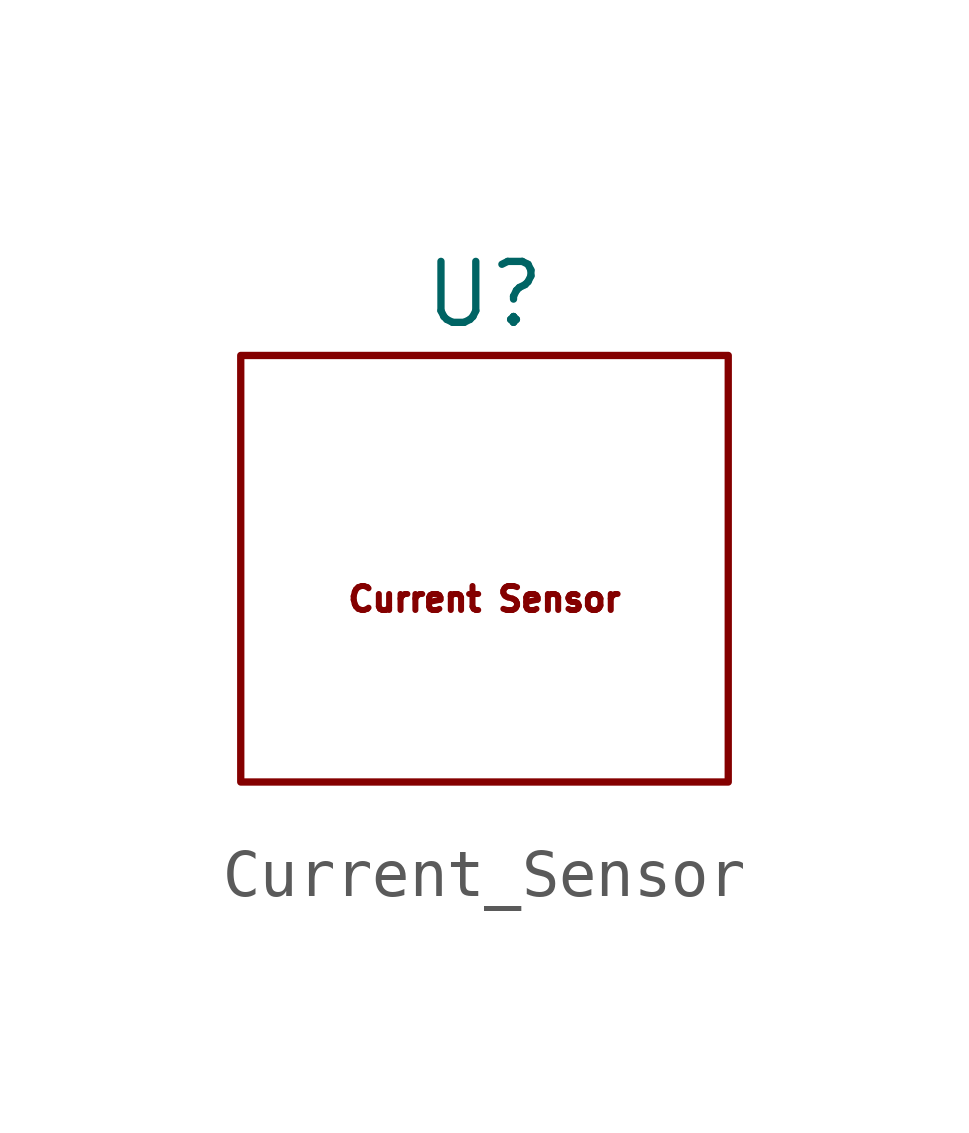
<source format=kicad_sym>
(kicad_symbol_lib
  (version 20220914)
  (generator kicad_symbol_editor)
  (symbol "Current_Sensor"
    (property "Reference" "U"
      (at 0 5.08 0)
      (effects (font (size 1.27 1.27))))
    (property "Value" ""
      (at 0 0 0)
      (effects (font (size 1.27 1.27))))
    (symbol "Current_Sensor_0_1"
      (rectangle (start -5.08 3.81) (end 5.08 -5.08) (stroke (width 0) (type default)) (fill (type none))))
    (symbol "Current_Sensor_1_1"
      (text "Current Sensor\n" (at 0 -1.27 0) (effects (font (size 0.5 0.5)))))))
</source>
